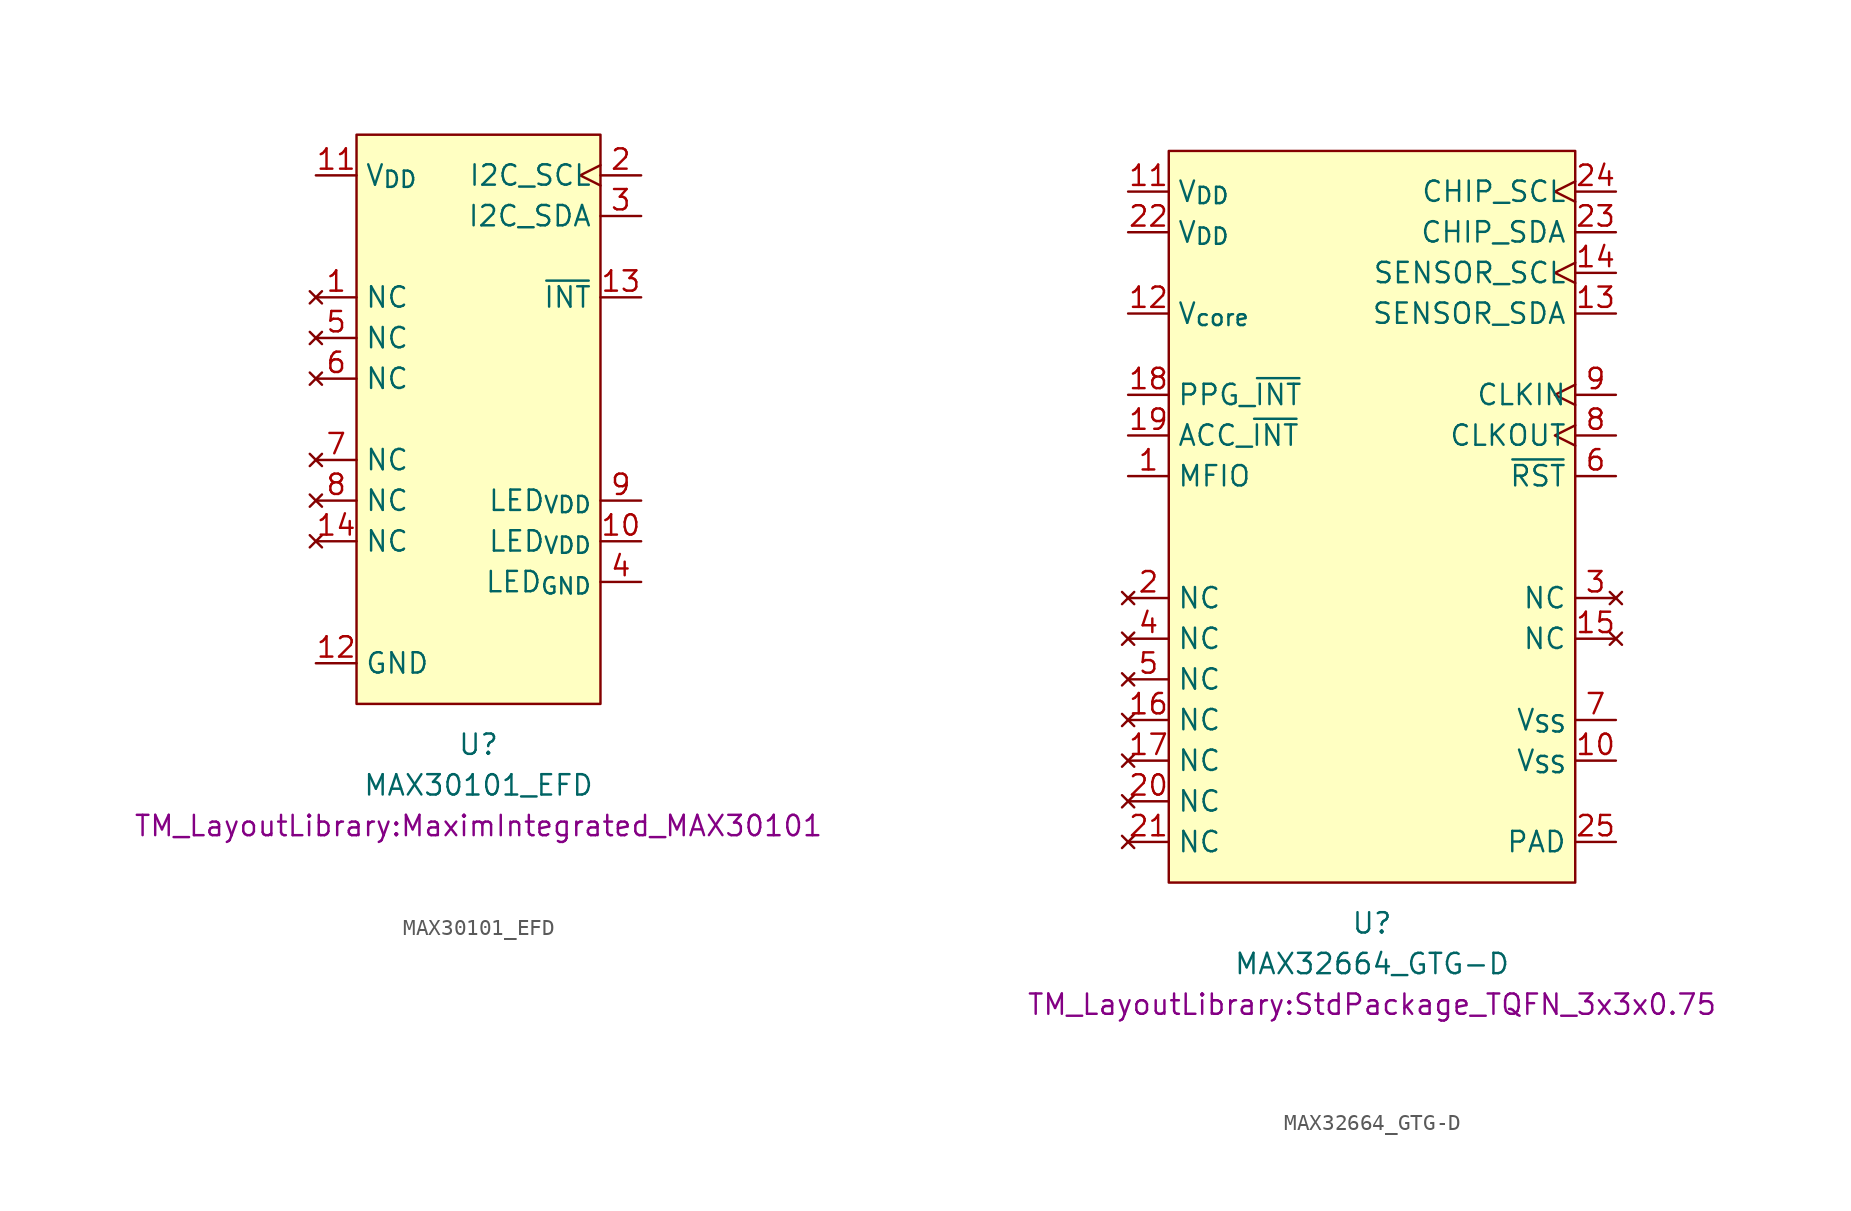
<source format=kicad_sym>
(kicad_symbol_lib
  (version 20211014)
  (generator kicad_symbol_editor)
  (symbol "MAX30101_EFD"
    (property "Reference" "U"
      (at 0 -20.32 0)
      (effects (font (size 1.27 1.27))))
    (property "Value" "MAX30101_EFD"
      (at 0 -22.86 0)
      (effects (font (size 1.27 1.27))))
    (property "Footprint" "TM_LayoutLibrary:MaximIntegrated_MAX30101"
      (at 0 -25.4 0)
      (effects (font (size 1.27 1.27))))
    (symbol "MAX30101_EFD_0_1"
      (rectangle (start -7.62 17.78) (end 7.62 -17.78) (stroke (width 0) (type default) (color 0 0 0 0)) (fill (type background))))
    (symbol "MAX30101_EFD_1_1"
      (pin no_connect line (at -10.16 7.62 0) (length 2.54) (name "NC" (effects (font (size 1.27 1.27)))) (number "1" (effects (font (size 1.27 1.27)))))
      (pin power_in line (at 10.16 -7.62 180) (length 2.54) (name "LED_{VDD}" (effects (font (size 1.27 1.27)))) (number "10" (effects (font (size 1.27 1.27)))))
      (pin power_in line (at -10.16 15.24 0) (length 2.54) (name "V_{DD}" (effects (font (size 1.27 1.27)))) (number "11" (effects (font (size 1.27 1.27)))))
      (pin passive line (at -10.16 -15.24 0) (length 2.54) (name "GND" (effects (font (size 1.27 1.27)))) (number "12" (effects (font (size 1.27 1.27)))))
      (pin output line (at 10.16 7.62 180) (length 2.54) (name "~{INT}" (effects (font (size 1.27 1.27)))) (number "13" (effects (font (size 1.27 1.27)))))
      (pin no_connect line (at -10.16 -7.62 0) (length 2.54) (name "NC" (effects (font (size 1.27 1.27)))) (number "14" (effects (font (size 1.27 1.27)))))
      (pin input clock (at 10.16 15.24 180) (length 2.54) (name "I2C_SCL" (effects (font (size 1.27 1.27)))) (number "2" (effects (font (size 1.27 1.27)))))
      (pin bidirectional line (at 10.16 12.7 180) (length 2.54) (name "I2C_SDA" (effects (font (size 1.27 1.27)))) (number "3" (effects (font (size 1.27 1.27)))))
      (pin output line (at 10.16 -10.16 180) (length 2.54) (name "LED_{GND}" (effects (font (size 1.27 1.27)))) (number "4" (effects (font (size 1.27 1.27)))))
      (pin no_connect line (at -10.16 5.08 0) (length 2.54) (name "NC" (effects (font (size 1.27 1.27)))) (number "5" (effects (font (size 1.27 1.27)))))
      (pin no_connect line (at -10.16 2.54 0) (length 2.54) (name "NC" (effects (font (size 1.27 1.27)))) (number "6" (effects (font (size 1.27 1.27)))))
      (pin no_connect line (at -10.16 -2.54 0) (length 2.54) (name "NC" (effects (font (size 1.27 1.27)))) (number "7" (effects (font (size 1.27 1.27)))))
      (pin no_connect line (at -10.16 -5.08 0) (length 2.54) (name "NC" (effects (font (size 1.27 1.27)))) (number "8" (effects (font (size 1.27 1.27)))))
      (pin power_in line (at 10.16 -5.08 180) (length 2.54) (name "LED_{VDD}" (effects (font (size 1.27 1.27)))) (number "9" (effects (font (size 1.27 1.27)))))))
  (symbol "MAX32664_GTG-D"
    (property "Reference" "U"
      (at 0 -25.4 0)
      (effects (font (size 1.27 1.27))))
    (property "Value" "MAX32664_GTG-D"
      (at 0 -27.94 0)
      (effects (font (size 1.27 1.27))))
    (property "Footprint" "TM_LayoutLibrary:StdPackage_TQFN_3x3x0.75"
      (at 0 -30.48 0)
      (effects (font (size 1.27 1.27))))
    (symbol "MAX32664_GTG-D_0_1"
      (rectangle (start -12.7 22.86) (end 12.7 -22.86) (stroke (width 0) (type default) (color 0 0 0 0)) (fill (type background))))
    (symbol "MAX32664_GTG-D_1_1"
      (pin bidirectional line (at -15.24 2.54 0) (length 2.54) (name "MFIO" (effects (font (size 1.27 1.27)))) (number "1" (effects (font (size 1.27 1.27)))))
      (pin passive line (at 15.24 -15.24 180) (length 2.54) (name "V_{SS}" (effects (font (size 1.27 1.27)))) (number "10" (effects (font (size 1.27 1.27)))))
      (pin power_in line (at -15.24 20.32 0) (length 2.54) (name "V_{DD}" (effects (font (size 1.27 1.27)))) (number "11" (effects (font (size 1.27 1.27)))))
      (pin passive line (at -15.24 12.7 0) (length 2.54) (name "V_{core}" (effects (font (size 1.27 1.27)))) (number "12" (effects (font (size 1.27 1.27)))))
      (pin bidirectional line (at 15.24 12.7 180) (length 2.54) (name "SENSOR_SDA" (effects (font (size 1.27 1.27)))) (number "13" (effects (font (size 1.27 1.27)))))
      (pin input clock (at 15.24 15.24 180) (length 2.54) (name "SENSOR_SCL" (effects (font (size 1.27 1.27)))) (number "14" (effects (font (size 1.27 1.27)))))
      (pin no_connect line (at 15.24 -7.62 180) (length 2.54) (name "NC" (effects (font (size 1.27 1.27)))) (number "15" (effects (font (size 1.27 1.27)))))
      (pin no_connect line (at -15.24 -12.7 0) (length 2.54) (name "NC" (effects (font (size 1.27 1.27)))) (number "16" (effects (font (size 1.27 1.27)))))
      (pin no_connect line (at -15.24 -15.24 0) (length 2.54) (name "NC" (effects (font (size 1.27 1.27)))) (number "17" (effects (font (size 1.27 1.27)))))
      (pin input line (at -15.24 7.62 0) (length 2.54) (name "PPG_~{INT}" (effects (font (size 1.27 1.27)))) (number "18" (effects (font (size 1.27 1.27)))))
      (pin input line (at -15.24 5.08 0) (length 2.54) (name "ACC_~{INT}" (effects (font (size 1.27 1.27)))) (number "19" (effects (font (size 1.27 1.27)))))
      (pin no_connect line (at -15.24 -5.08 0) (length 2.54) (name "NC" (effects (font (size 1.27 1.27)))) (number "2" (effects (font (size 1.27 1.27)))))
      (pin no_connect line (at -15.24 -17.78 0) (length 2.54) (name "NC" (effects (font (size 1.27 1.27)))) (number "20" (effects (font (size 1.27 1.27)))))
      (pin no_connect line (at -15.24 -20.32 0) (length 2.54) (name "NC" (effects (font (size 1.27 1.27)))) (number "21" (effects (font (size 1.27 1.27)))))
      (pin power_in line (at -15.24 17.78 0) (length 2.54) (name "V_{DD}" (effects (font (size 1.27 1.27)))) (number "22" (effects (font (size 1.27 1.27)))))
      (pin bidirectional line (at 15.24 17.78 180) (length 2.54) (name "CHIP_SDA" (effects (font (size 1.27 1.27)))) (number "23" (effects (font (size 1.27 1.27)))))
      (pin input clock (at 15.24 20.32 180) (length 2.54) (name "CHIP_SCL" (effects (font (size 1.27 1.27)))) (number "24" (effects (font (size 1.27 1.27)))))
      (pin passive line (at 15.24 -20.32 180) (length 2.54) (name "PAD" (effects (font (size 1.27 1.27)))) (number "25" (effects (font (size 1.27 1.27)))))
      (pin no_connect line (at 15.24 -5.08 180) (length 2.54) (name "NC" (effects (font (size 1.27 1.27)))) (number "3" (effects (font (size 1.27 1.27)))))
      (pin no_connect line (at -15.24 -7.62 0) (length 2.54) (name "NC" (effects (font (size 1.27 1.27)))) (number "4" (effects (font (size 1.27 1.27)))))
      (pin no_connect line (at -15.24 -10.16 0) (length 2.54) (name "NC" (effects (font (size 1.27 1.27)))) (number "5" (effects (font (size 1.27 1.27)))))
      (pin input line (at 15.24 2.54 180) (length 2.54) (name "~{RST}" (effects (font (size 1.27 1.27)))) (number "6" (effects (font (size 1.27 1.27)))))
      (pin passive line (at 15.24 -12.7 180) (length 2.54) (name "V_{SS}" (effects (font (size 1.27 1.27)))) (number "7" (effects (font (size 1.27 1.27)))))
      (pin output clock (at 15.24 5.08 180) (length 2.54) (name "CLKOUT" (effects (font (size 1.27 1.27)))) (number "8" (effects (font (size 1.27 1.27)))))
      (pin input clock (at 15.24 7.62 180) (length 2.54) (name "CLKIN" (effects (font (size 1.27 1.27)))) (number "9" (effects (font (size 1.27 1.27))))))))
</source>
